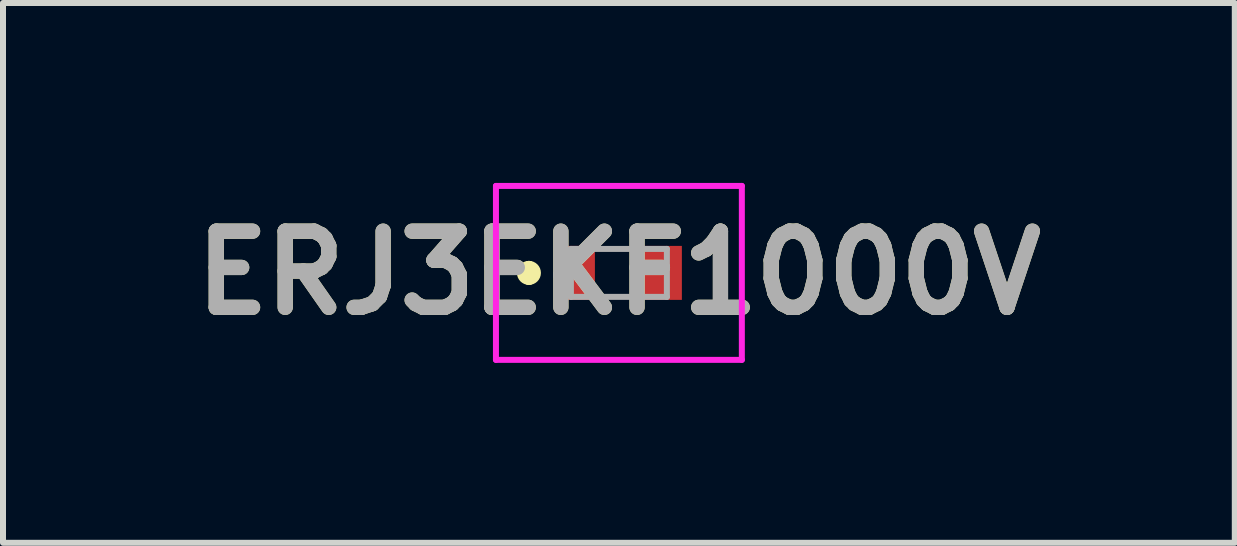
<source format=kicad_pcb>
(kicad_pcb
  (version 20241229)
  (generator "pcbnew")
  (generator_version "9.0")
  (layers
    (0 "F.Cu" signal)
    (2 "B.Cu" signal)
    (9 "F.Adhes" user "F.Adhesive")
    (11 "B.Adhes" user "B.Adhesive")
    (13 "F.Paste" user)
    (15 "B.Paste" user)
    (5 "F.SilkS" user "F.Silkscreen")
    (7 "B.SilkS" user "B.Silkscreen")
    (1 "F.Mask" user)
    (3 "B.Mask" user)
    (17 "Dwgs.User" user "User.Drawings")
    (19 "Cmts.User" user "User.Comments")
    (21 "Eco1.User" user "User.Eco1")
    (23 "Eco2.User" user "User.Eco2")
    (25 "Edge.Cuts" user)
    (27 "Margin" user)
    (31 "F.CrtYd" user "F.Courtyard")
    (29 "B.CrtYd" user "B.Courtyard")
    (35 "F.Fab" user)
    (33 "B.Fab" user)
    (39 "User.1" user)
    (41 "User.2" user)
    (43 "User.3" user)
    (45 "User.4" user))
  (footprint "ERJ3EKF1000V"
    (layer "F.Cu")
    (at 7.269 1.5)
    (property "Reference" "ERJ3EKF1000V" (at 0 0 0) (layer "F.SilkS") (effects (font (size 1.27 1.27) (thickness 0.254))))
    (attr smd)
    (fp_line (start -1.5 -0.1) (end -1.5 -0.1) (stroke (width 0.2) (type solid)) (layer "F.SilkS"))
    (fp_line (start -1.5 0.1) (end -1.5 0.1) (stroke (width 0.2) (type solid)) (layer "F.SilkS"))
    (fp_arc (start -1.5 -0.1) (mid -1.4 0) (end -1.5 0.1) (stroke (width 0.2) (type solid)) (layer "F.SilkS"))
    (fp_arc (start -1.5 0.1) (mid -1.6 0) (end -1.5 -0.1) (stroke (width 0.2) (type solid)) (layer "F.SilkS"))
    (fp_line (start -2.05 -1.45) (end 2.05 -1.45) (stroke (width 0.1) (type solid)) (layer "F.CrtYd"))
    (fp_line (start -2.05 1.45) (end -2.05 -1.45) (stroke (width 0.1) (type solid)) (layer "F.CrtYd"))
    (fp_line (start 2.05 -1.45) (end 2.05 1.45) (stroke (width 0.1) (type solid)) (layer "F.CrtYd"))
    (fp_line (start 2.05 1.45) (end -2.05 1.45) (stroke (width 0.1) (type solid)) (layer "F.CrtYd"))
    (fp_line (start -0.8 -0.4) (end -0.8 0.4) (stroke (width 0.1) (type solid)) (layer "F.Fab"))
    (fp_line (start -0.8 0.4) (end 0.8 0.4) (stroke (width 0.1) (type solid)) (layer "F.Fab"))
    (fp_line (start 0.8 -0.4) (end -0.8 -0.4) (stroke (width 0.1) (type solid)) (layer "F.Fab"))
    (fp_line (start 0.8 0.4) (end 0.8 -0.4) (stroke (width 0.1) (type solid)) (layer "F.Fab"))
    (fp_text user "${REFERENCE}" (at 0 0 0) (layer "F.Fab") (effects (font (size 1.27 1.27) (thickness 0.254))))
    (pad "1" smd rect (at -0.725 0) (size 0.65 0.9) (layers "F.Cu" "F.Mask" "F.Paste"))
    (pad "2" smd rect (at 0.725 0) (size 0.65 0.9) (layers "F.Cu" "F.Mask" "F.Paste")))
  (gr_rect
    (start -3 -3)
    (end 17.538 6)
    (stroke (width 0.1) (type default))
    (fill no)
    (layer "Edge.Cuts")))
</source>
